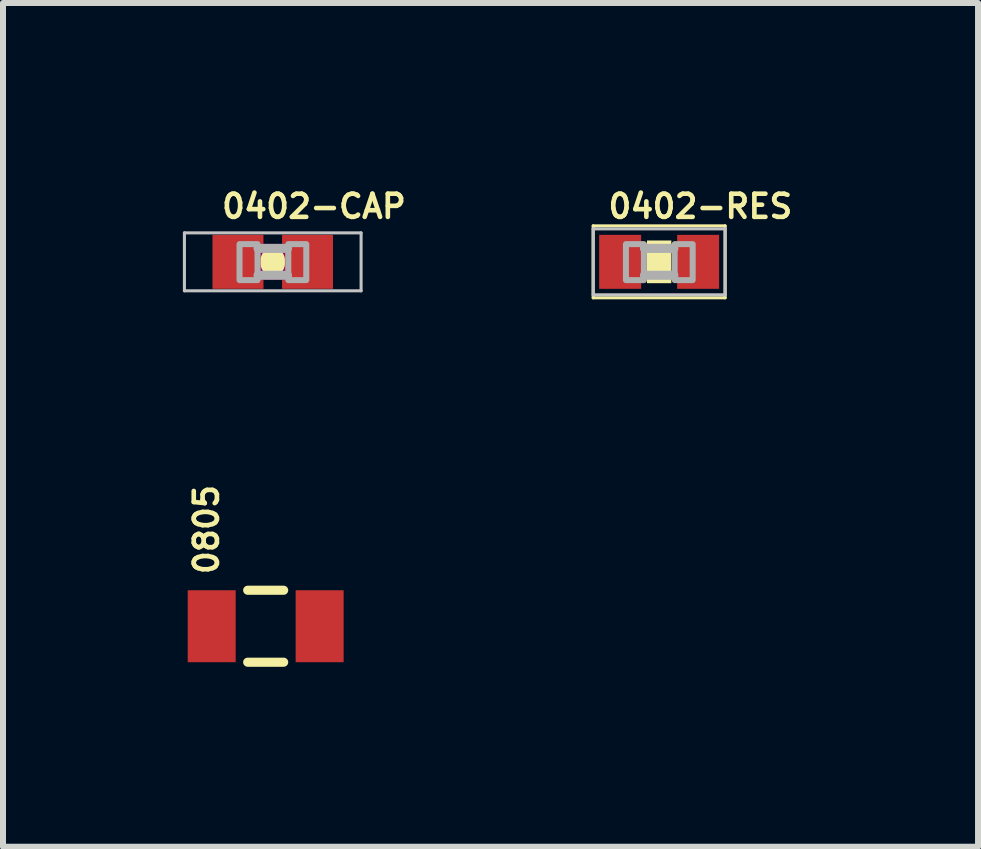
<source format=kicad_pcb>
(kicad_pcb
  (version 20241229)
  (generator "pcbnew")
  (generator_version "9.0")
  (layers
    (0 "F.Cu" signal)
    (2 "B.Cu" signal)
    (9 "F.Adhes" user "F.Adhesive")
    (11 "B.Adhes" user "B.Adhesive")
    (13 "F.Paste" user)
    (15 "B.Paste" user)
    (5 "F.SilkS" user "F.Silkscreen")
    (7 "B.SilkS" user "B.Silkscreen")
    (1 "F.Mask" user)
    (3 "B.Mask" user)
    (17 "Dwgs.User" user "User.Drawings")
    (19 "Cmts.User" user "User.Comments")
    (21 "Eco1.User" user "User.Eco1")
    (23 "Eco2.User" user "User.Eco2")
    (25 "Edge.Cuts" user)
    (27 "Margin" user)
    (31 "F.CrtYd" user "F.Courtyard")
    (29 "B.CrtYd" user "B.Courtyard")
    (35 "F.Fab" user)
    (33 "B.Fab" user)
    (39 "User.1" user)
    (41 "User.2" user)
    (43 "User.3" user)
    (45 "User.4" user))
  (footprint "0402-RES"
    (layer "F.Cu")
    (at 7.941 1.316)
    (property "Reference" "0402-RES" (at -0.889 -0.699 180) (layer "F.SilkS") (effects (font (size 0.386 0.386) (thickness 0.077)) (justify left bottom)))
    (attr through_hole)
    (fp_line (start -1.1 -0.6) (end 1.1 -0.6) (stroke (width 0.051) (type solid)) (layer "F.SilkS"))
    (fp_line (start -1.1 0.6) (end -1.1 -0.6) (stroke (width 0.051) (type solid)) (layer "F.SilkS"))
    (fp_line (start 1.1 -0.6) (end 1.1 0.6) (stroke (width 0.051) (type solid)) (layer "F.SilkS"))
    (fp_line (start 1.1 0.6) (end -1.1 0.6) (stroke (width 0.051) (type solid)) (layer "F.SilkS"))
    (fp_poly (pts (xy -0.203 0.356) (xy 0.203 0.356) (xy 0.203 -0.356) (xy -0.203 -0.356)) (stroke (width 0) (type solid)) (fill yes) (layer "F.SilkS"))
    (fp_poly (pts (xy -0.2 0.3) (xy 0.2 0.3) (xy 0.2 -0.3) (xy -0.2 -0.3)) (stroke (width 0) (type solid)) (fill yes) (layer "F.Adhes"))
    (fp_line (start -1.1 -0.55) (end 1.1 -0.55) (stroke (width 0.051) (type solid)) (layer "Dwgs.User"))
    (fp_line (start -1.1 0.55) (end -1.1 -0.55) (stroke (width 0.051) (type solid)) (layer "Dwgs.User"))
    (fp_line (start 1.1 -0.55) (end 1.1 0.55) (stroke (width 0.051) (type solid)) (layer "Dwgs.User"))
    (fp_line (start 1.1 0.55) (end -1.1 0.55) (stroke (width 0.051) (type solid)) (layer "Dwgs.User"))
    (fp_line (start -0.245 -0.224) (end 0.245 -0.224) (stroke (width 0.152) (type solid)) (layer "F.Fab"))
    (fp_line (start 0.245 0.224) (end -0.245 0.224) (stroke (width 0.152) (type solid)) (layer "F.Fab"))
    (fp_poly (pts (xy -0.554 0.305) (xy -0.254 0.305) (xy -0.254 -0.295) (xy -0.554 -0.295)) (stroke (width 0.1) (type solid)) (fill no) (layer "F.Fab"))
    (fp_poly (pts (xy 0.259 0.305) (xy 0.559 0.305) (xy 0.559 -0.295) (xy 0.259 -0.295)) (stroke (width 0.1) (type solid)) (fill no) (layer "F.Fab"))
    (pad "1" smd rect (at -0.65 0) (size 0.7 0.9) (layers "F.Cu" "F.Mask" "F.Paste"))
    (pad "2" smd rect (at 0.65 0) (size 0.7 0.9) (layers "F.Cu" "F.Mask" "F.Paste")))
  (footprint "0805"
    (layer "F.Cu")
    (at 1.38 7.392)
    (property "Reference" "0805" (at -0.762 -0.826 270) (layer "F.SilkS") (effects (font (size 0.386 0.386) (thickness 0.077)) (justify left bottom)))
    (attr through_hole)
    (fp_line (start -0.3 -0.6) (end 0.3 -0.6) (stroke (width 0.152) (type solid)) (layer "F.SilkS"))
    (fp_line (start -0.3 0.6) (end 0.3 0.6) (stroke (width 0.152) (type solid)) (layer "F.SilkS"))
    (pad "1" smd rect (at -0.9 0) (size 0.8 1.2) (layers "F.Cu" "F.Mask" "F.Paste"))
    (pad "2" smd rect (at 0.9 0) (size 0.8 1.2) (layers "F.Cu" "F.Mask" "F.Paste")))
  (footprint "0402-CAP"
    (layer "F.Cu")
    (at 1.498 1.316)
    (property "Reference" "0402-CAP" (at -0.889 -0.699 180) (layer "F.SilkS") (effects (font (size 0.386 0.386) (thickness 0.077)) (justify left bottom)))
    (attr through_hole)
    (fp_line (start 0 -0.03) (end 0 0.03) (stroke (width 0.406) (type solid)) (layer "F.SilkS"))
    (fp_poly (pts (xy -0.2 0.3) (xy 0.2 0.3) (xy 0.2 -0.3) (xy -0.2 -0.3)) (stroke (width 0) (type solid)) (fill yes) (layer "F.Adhes"))
    (fp_line (start -1.473 -0.483) (end 1.473 -0.483) (stroke (width 0.051) (type solid)) (layer "Dwgs.User"))
    (fp_line (start -1.473 0.483) (end -1.473 -0.483) (stroke (width 0.051) (type solid)) (layer "Dwgs.User"))
    (fp_line (start 1.473 -0.483) (end 1.473 0.483) (stroke (width 0.051) (type solid)) (layer "Dwgs.User"))
    (fp_line (start 1.473 0.483) (end -1.473 0.483) (stroke (width 0.051) (type solid)) (layer "Dwgs.User"))
    (fp_line (start -0.245 -0.224) (end 0.245 -0.224) (stroke (width 0.152) (type solid)) (layer "F.Fab"))
    (fp_line (start 0.245 0.224) (end -0.245 0.224) (stroke (width 0.152) (type solid)) (layer "F.Fab"))
    (fp_poly (pts (xy -0.554 0.305) (xy -0.254 0.305) (xy -0.254 -0.295) (xy -0.554 -0.295)) (stroke (width 0.1) (type solid)) (fill no) (layer "F.Fab"))
    (fp_poly (pts (xy 0.259 0.305) (xy 0.559 0.305) (xy 0.559 -0.295) (xy 0.259 -0.295)) (stroke (width 0.1) (type solid)) (fill no) (layer "F.Fab"))
    (pad "1" smd rect (at -0.58 0) (size 0.85 0.9) (layers "F.Cu" "F.Mask" "F.Paste"))
    (pad "2" smd rect (at 0.58 0) (size 0.85 0.9) (layers "F.Cu" "F.Mask" "F.Paste")))
  (gr_rect
    (start -3 -3)
    (end 13.258 11.069)
    (stroke (width 0.1) (type default))
    (fill no)
    (layer "Edge.Cuts")))
</source>
